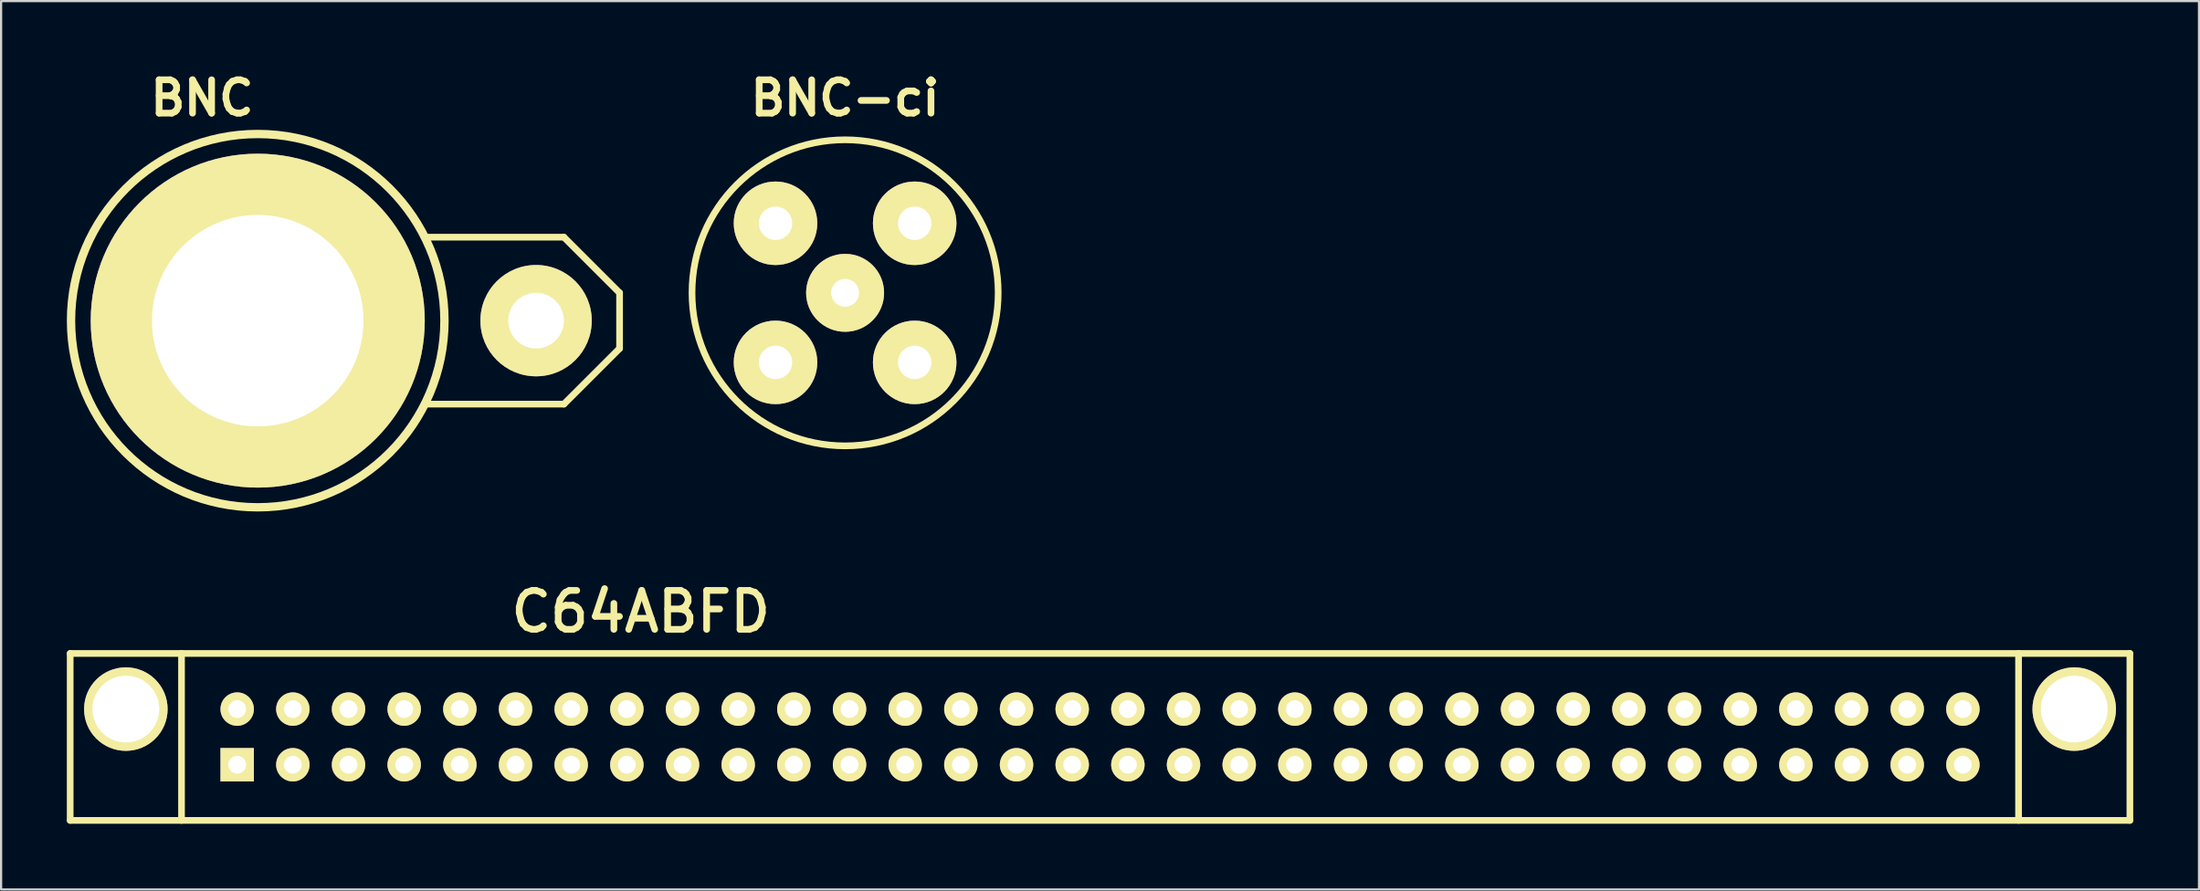
<source format=kicad_pcb>
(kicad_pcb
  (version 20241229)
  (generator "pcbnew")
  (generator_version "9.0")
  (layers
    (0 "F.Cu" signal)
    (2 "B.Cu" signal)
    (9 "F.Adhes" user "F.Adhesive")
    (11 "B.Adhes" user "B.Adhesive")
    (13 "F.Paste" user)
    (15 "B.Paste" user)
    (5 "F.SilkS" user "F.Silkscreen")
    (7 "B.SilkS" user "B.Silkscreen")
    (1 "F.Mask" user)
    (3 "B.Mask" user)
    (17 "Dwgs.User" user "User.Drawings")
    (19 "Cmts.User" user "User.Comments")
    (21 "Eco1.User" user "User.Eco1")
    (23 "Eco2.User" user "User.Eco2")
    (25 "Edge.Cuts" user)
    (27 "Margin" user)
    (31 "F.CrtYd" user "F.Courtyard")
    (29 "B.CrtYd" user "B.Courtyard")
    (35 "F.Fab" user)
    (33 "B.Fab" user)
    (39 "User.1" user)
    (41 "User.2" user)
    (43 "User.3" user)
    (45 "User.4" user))
  (footprint "C64ABFD"
    (layer "F.Cu")
    (at 47.142 30.586)
    (property "Reference" "C64ABFD" (at -20.955 -5.715 0) (layer "F.SilkS") (effects (font (size 1.778 1.778) (thickness 0.305))))
    (attr through_hole)
    (fp_line (start -46.99 -3.81) (end 46.99 -3.81) (stroke (width 0.305) (type solid)) (layer "F.SilkS"))
    (fp_line (start -46.99 3.81) (end -46.99 -3.81) (stroke (width 0.305) (type solid)) (layer "F.SilkS"))
    (fp_line (start -41.91 3.81) (end -41.91 -3.81) (stroke (width 0.305) (type solid)) (layer "F.SilkS"))
    (fp_line (start 41.91 3.81) (end 41.91 -3.81) (stroke (width 0.305) (type solid)) (layer "F.SilkS"))
    (fp_line (start 46.99 -3.81) (end 46.99 3.81) (stroke (width 0.305) (type solid)) (layer "F.SilkS"))
    (fp_line (start 46.99 3.81) (end -46.99 3.81) (stroke (width 0.305) (type solid)) (layer "F.SilkS"))
    (pad "65" thru_hole circle (at -44.45 -1.27) (size 3.81 3.81) (drill 3.048) (layers "*.Cu" "*.Mask" "F.SilkS"))
    (pad "66" thru_hole circle (at 44.45 -1.27) (size 3.81 3.81) (drill 3.048) (layers "*.Cu" "*.Mask" "F.SilkS"))
    (pad "A1" thru_hole rect (at -39.37 1.27) (size 1.524 1.524) (drill 0.813) (layers "*.Cu" "*.Mask" "F.SilkS"))
    (pad "A2" thru_hole circle (at -36.83 1.27) (size 1.524 1.524) (drill 0.813) (layers "*.Cu" "*.Mask" "F.SilkS"))
    (pad "A3" thru_hole circle (at -34.29 1.27) (size 1.524 1.524) (drill 0.813) (layers "*.Cu" "*.Mask" "F.SilkS"))
    (pad "A4" thru_hole circle (at -31.75 1.27) (size 1.524 1.524) (drill 0.813) (layers "*.Cu" "*.Mask" "F.SilkS"))
    (pad "A5" thru_hole circle (at -29.21 1.27) (size 1.524 1.524) (drill 0.813) (layers "*.Cu" "*.Mask" "F.SilkS"))
    (pad "A6" thru_hole circle (at -26.67 1.27) (size 1.524 1.524) (drill 0.813) (layers "*.Cu" "*.Mask" "F.SilkS"))
    (pad "A7" thru_hole circle (at -24.13 1.27) (size 1.524 1.524) (drill 0.813) (layers "*.Cu" "*.Mask" "F.SilkS"))
    (pad "A8" thru_hole circle (at -21.59 1.27) (size 1.524 1.524) (drill 0.813) (layers "*.Cu" "*.Mask" "F.SilkS"))
    (pad "A9" thru_hole circle (at -19.05 1.27) (size 1.524 1.524) (drill 0.813) (layers "*.Cu" "*.Mask" "F.SilkS"))
    (pad "A10" thru_hole circle (at -16.51 1.27) (size 1.524 1.524) (drill 0.813) (layers "*.Cu" "*.Mask" "F.SilkS"))
    (pad "A11" thru_hole circle (at -13.97 1.27) (size 1.524 1.524) (drill 0.813) (layers "*.Cu" "*.Mask" "F.SilkS"))
    (pad "A12" thru_hole circle (at -11.43 1.27) (size 1.524 1.524) (drill 0.813) (layers "*.Cu" "*.Mask" "F.SilkS"))
    (pad "A13" thru_hole circle (at -8.89 1.27) (size 1.524 1.524) (drill 0.813) (layers "*.Cu" "*.Mask" "F.SilkS"))
    (pad "A14" thru_hole circle (at -6.35 1.27) (size 1.524 1.524) (drill 0.813) (layers "*.Cu" "*.Mask" "F.SilkS"))
    (pad "A15" thru_hole circle (at -3.81 1.27) (size 1.524 1.524) (drill 0.813) (layers "*.Cu" "*.Mask" "F.SilkS"))
    (pad "A16" thru_hole circle (at -1.27 1.27) (size 1.524 1.524) (drill 0.813) (layers "*.Cu" "*.Mask" "F.SilkS"))
    (pad "A17" thru_hole circle (at 1.27 1.27) (size 1.524 1.524) (drill 0.813) (layers "*.Cu" "*.Mask" "F.SilkS"))
    (pad "A18" thru_hole circle (at 3.81 1.27) (size 1.524 1.524) (drill 0.813) (layers "*.Cu" "*.Mask" "F.SilkS"))
    (pad "A19" thru_hole circle (at 6.35 1.27) (size 1.524 1.524) (drill 0.813) (layers "*.Cu" "*.Mask" "F.SilkS"))
    (pad "A20" thru_hole circle (at 8.89 1.27) (size 1.524 1.524) (drill 0.813) (layers "*.Cu" "*.Mask" "F.SilkS"))
    (pad "A21" thru_hole circle (at 11.43 1.27) (size 1.524 1.524) (drill 0.813) (layers "*.Cu" "*.Mask" "F.SilkS"))
    (pad "A22" thru_hole circle (at 13.97 1.27) (size 1.524 1.524) (drill 0.813) (layers "*.Cu" "*.Mask" "F.SilkS"))
    (pad "A23" thru_hole circle (at 16.51 1.27) (size 1.524 1.524) (drill 0.813) (layers "*.Cu" "*.Mask" "F.SilkS"))
    (pad "A24" thru_hole circle (at 19.05 1.27) (size 1.524 1.524) (drill 0.813) (layers "*.Cu" "*.Mask" "F.SilkS"))
    (pad "A25" thru_hole circle (at 21.59 1.27) (size 1.524 1.524) (drill 0.813) (layers "*.Cu" "*.Mask" "F.SilkS"))
    (pad "A26" thru_hole circle (at 24.13 1.27) (size 1.524 1.524) (drill 0.813) (layers "*.Cu" "*.Mask" "F.SilkS"))
    (pad "A27" thru_hole circle (at 26.67 1.27) (size 1.524 1.524) (drill 0.813) (layers "*.Cu" "*.Mask" "F.SilkS"))
    (pad "A28" thru_hole circle (at 29.21 1.27) (size 1.524 1.524) (drill 0.813) (layers "*.Cu" "*.Mask" "F.SilkS"))
    (pad "A29" thru_hole circle (at 31.75 1.27) (size 1.524 1.524) (drill 0.813) (layers "*.Cu" "*.Mask" "F.SilkS"))
    (pad "A30" thru_hole circle (at 34.29 1.27) (size 1.524 1.524) (drill 0.813) (layers "*.Cu" "*.Mask" "F.SilkS"))
    (pad "A31" thru_hole circle (at 36.83 1.27) (size 1.524 1.524) (drill 0.813) (layers "*.Cu" "*.Mask" "F.SilkS"))
    (pad "A32" thru_hole circle (at 39.37 1.27) (size 1.524 1.524) (drill 0.813) (layers "*.Cu" "*.Mask" "F.SilkS"))
    (pad "B1" thru_hole circle (at -39.37 -1.27) (size 1.524 1.524) (drill 0.813) (layers "*.Cu" "*.Mask" "F.SilkS"))
    (pad "B2" thru_hole circle (at -36.83 -1.27) (size 1.524 1.524) (drill 0.813) (layers "*.Cu" "*.Mask" "F.SilkS"))
    (pad "B3" thru_hole circle (at -34.29 -1.27) (size 1.524 1.524) (drill 0.813) (layers "*.Cu" "*.Mask" "F.SilkS"))
    (pad "B4" thru_hole circle (at -31.75 -1.27) (size 1.524 1.524) (drill 0.813) (layers "*.Cu" "*.Mask" "F.SilkS"))
    (pad "B5" thru_hole circle (at -29.21 -1.27) (size 1.524 1.524) (drill 0.813) (layers "*.Cu" "*.Mask" "F.SilkS"))
    (pad "B6" thru_hole circle (at -26.67 -1.27) (size 1.524 1.524) (drill 0.813) (layers "*.Cu" "*.Mask" "F.SilkS"))
    (pad "B7" thru_hole circle (at -24.13 -1.27) (size 1.524 1.524) (drill 0.813) (layers "*.Cu" "*.Mask" "F.SilkS"))
    (pad "B8" thru_hole circle (at -21.59 -1.27) (size 1.524 1.524) (drill 0.813) (layers "*.Cu" "*.Mask" "F.SilkS"))
    (pad "B9" thru_hole circle (at -19.05 -1.27) (size 1.524 1.524) (drill 0.813) (layers "*.Cu" "*.Mask" "F.SilkS"))
    (pad "B10" thru_hole circle (at -16.51 -1.27) (size 1.524 1.524) (drill 0.813) (layers "*.Cu" "*.Mask" "F.SilkS"))
    (pad "B11" thru_hole circle (at -13.97 -1.27) (size 1.524 1.524) (drill 0.813) (layers "*.Cu" "*.Mask" "F.SilkS"))
    (pad "B12" thru_hole circle (at -11.43 -1.27) (size 1.524 1.524) (drill 0.813) (layers "*.Cu" "*.Mask" "F.SilkS"))
    (pad "B13" thru_hole circle (at -8.89 -1.27) (size 1.524 1.524) (drill 0.813) (layers "*.Cu" "*.Mask" "F.SilkS"))
    (pad "B14" thru_hole circle (at -6.35 -1.27) (size 1.524 1.524) (drill 0.813) (layers "*.Cu" "*.Mask" "F.SilkS"))
    (pad "B15" thru_hole circle (at -3.81 -1.27) (size 1.524 1.524) (drill 0.813) (layers "*.Cu" "*.Mask" "F.SilkS"))
    (pad "B16" thru_hole circle (at -1.27 -1.27) (size 1.524 1.524) (drill 0.813) (layers "*.Cu" "*.Mask" "F.SilkS"))
    (pad "B17" thru_hole circle (at 1.27 -1.27) (size 1.524 1.524) (drill 0.813) (layers "*.Cu" "*.Mask" "F.SilkS"))
    (pad "B18" thru_hole circle (at 3.81 -1.27) (size 1.524 1.524) (drill 0.813) (layers "*.Cu" "*.Mask" "F.SilkS"))
    (pad "B19" thru_hole circle (at 6.35 -1.27) (size 1.524 1.524) (drill 0.813) (layers "*.Cu" "*.Mask" "F.SilkS"))
    (pad "B20" thru_hole circle (at 8.89 -1.27) (size 1.524 1.524) (drill 0.813) (layers "*.Cu" "*.Mask" "F.SilkS"))
    (pad "B21" thru_hole circle (at 11.43 -1.27) (size 1.524 1.524) (drill 0.813) (layers "*.Cu" "*.Mask" "F.SilkS"))
    (pad "B22" thru_hole circle (at 13.97 -1.27) (size 1.524 1.524) (drill 0.813) (layers "*.Cu" "*.Mask" "F.SilkS"))
    (pad "B23" thru_hole circle (at 16.51 -1.27) (size 1.524 1.524) (drill 0.813) (layers "*.Cu" "*.Mask" "F.SilkS"))
    (pad "B24" thru_hole circle (at 19.05 -1.27) (size 1.524 1.524) (drill 0.813) (layers "*.Cu" "*.Mask" "F.SilkS"))
    (pad "B25" thru_hole circle (at 21.59 -1.27) (size 1.524 1.524) (drill 0.813) (layers "*.Cu" "*.Mask" "F.SilkS"))
    (pad "B26" thru_hole circle (at 24.13 -1.27) (size 1.524 1.524) (drill 0.813) (layers "*.Cu" "*.Mask" "F.SilkS"))
    (pad "B27" thru_hole circle (at 26.67 -1.27) (size 1.524 1.524) (drill 0.813) (layers "*.Cu" "*.Mask" "F.SilkS"))
    (pad "B28" thru_hole circle (at 29.21 -1.27) (size 1.524 1.524) (drill 0.813) (layers "*.Cu" "*.Mask" "F.SilkS"))
    (pad "B29" thru_hole circle (at 31.75 -1.27) (size 1.524 1.524) (drill 0.813) (layers "*.Cu" "*.Mask" "F.SilkS"))
    (pad "B30" thru_hole circle (at 34.29 -1.27) (size 1.524 1.524) (drill 0.813) (layers "*.Cu" "*.Mask" "F.SilkS"))
    (pad "B31" thru_hole circle (at 36.83 -1.27) (size 1.524 1.524) (drill 0.813) (layers "*.Cu" "*.Mask" "F.SilkS"))
    (pad "B32" thru_hole circle (at 39.37 -1.27) (size 1.524 1.524) (drill 0.813) (layers "*.Cu" "*.Mask" "F.SilkS")))
  (footprint "BNC-ci"
    (layer "F.Cu")
    (at 35.51 10.316)
    (property "Reference" "BNC-ci" (at 0 -8.89 0) (layer "F.SilkS") (effects (font (size 1.524 1.524) (thickness 0.305))))
    (attr through_hole)
    (fp_circle (center 0 0) (end -6.985 0) (stroke (width 0.305) (type solid)) (fill no) (layer "F.SilkS"))
    (pad "1" thru_hole circle (at 0 0) (size 3.556 3.556) (drill 1.27) (layers "*.Cu" "*.Mask" "F.SilkS"))
    (pad "2" thru_hole circle (at -3.175 -3.175) (size 3.81 3.81) (drill 1.524) (layers "*.Cu" "*.Mask" "F.SilkS"))
    (pad "2" thru_hole circle (at -3.175 3.175) (size 3.81 3.81) (drill 1.524) (layers "*.Cu" "*.Mask" "F.SilkS"))
    (pad "2" thru_hole circle (at 3.175 -3.175) (size 3.81 3.81) (drill 1.524) (layers "*.Cu" "*.Mask" "F.SilkS"))
    (pad "2" thru_hole circle (at 3.175 3.175) (size 3.81 3.81) (drill 1.524) (layers "*.Cu" "*.Mask" "F.SilkS")))
  (footprint "BNC"
    (layer "F.Cu")
    (at 8.71 11.586)
    (property "Reference" "BNC" (at -2.54 -10.16 0) (layer "F.SilkS") (effects (font (size 1.524 1.524) (thickness 0.305))))
    (attr through_hole)
    (fp_line (start 7.62 3.81) (end 13.97 3.81) (stroke (width 0.305) (type solid)) (layer "F.SilkS"))
    (fp_line (start 13.97 -3.81) (end 7.62 -3.81) (stroke (width 0.305) (type solid)) (layer "F.SilkS"))
    (fp_line (start 13.97 3.81) (end 16.51 1.27) (stroke (width 0.305) (type solid)) (layer "F.SilkS"))
    (fp_line (start 16.51 -1.27) (end 13.97 -3.81) (stroke (width 0.305) (type solid)) (layer "F.SilkS"))
    (fp_line (start 16.51 1.27) (end 16.51 -1.27) (stroke (width 0.305) (type solid)) (layer "F.SilkS"))
    (fp_circle (center 0 0) (end 7.62 3.81) (stroke (width 0.381) (type solid)) (fill no) (layer "F.SilkS"))
    (pad "1" thru_hole circle (at 12.7 0) (size 5.08 5.08) (drill 2.54) (layers "*.Cu" "*.Mask" "F.SilkS"))
    (pad "2" thru_hole circle (at 0 0) (size 15.24 15.24) (drill 9.652) (layers "*.Cu" "*.Mask" "F.SilkS")))
  (gr_rect
    (start -3 -3)
    (end 97.285 37.549)
    (stroke (width 0.1) (type default))
    (fill no)
    (layer "Edge.Cuts")))
</source>
